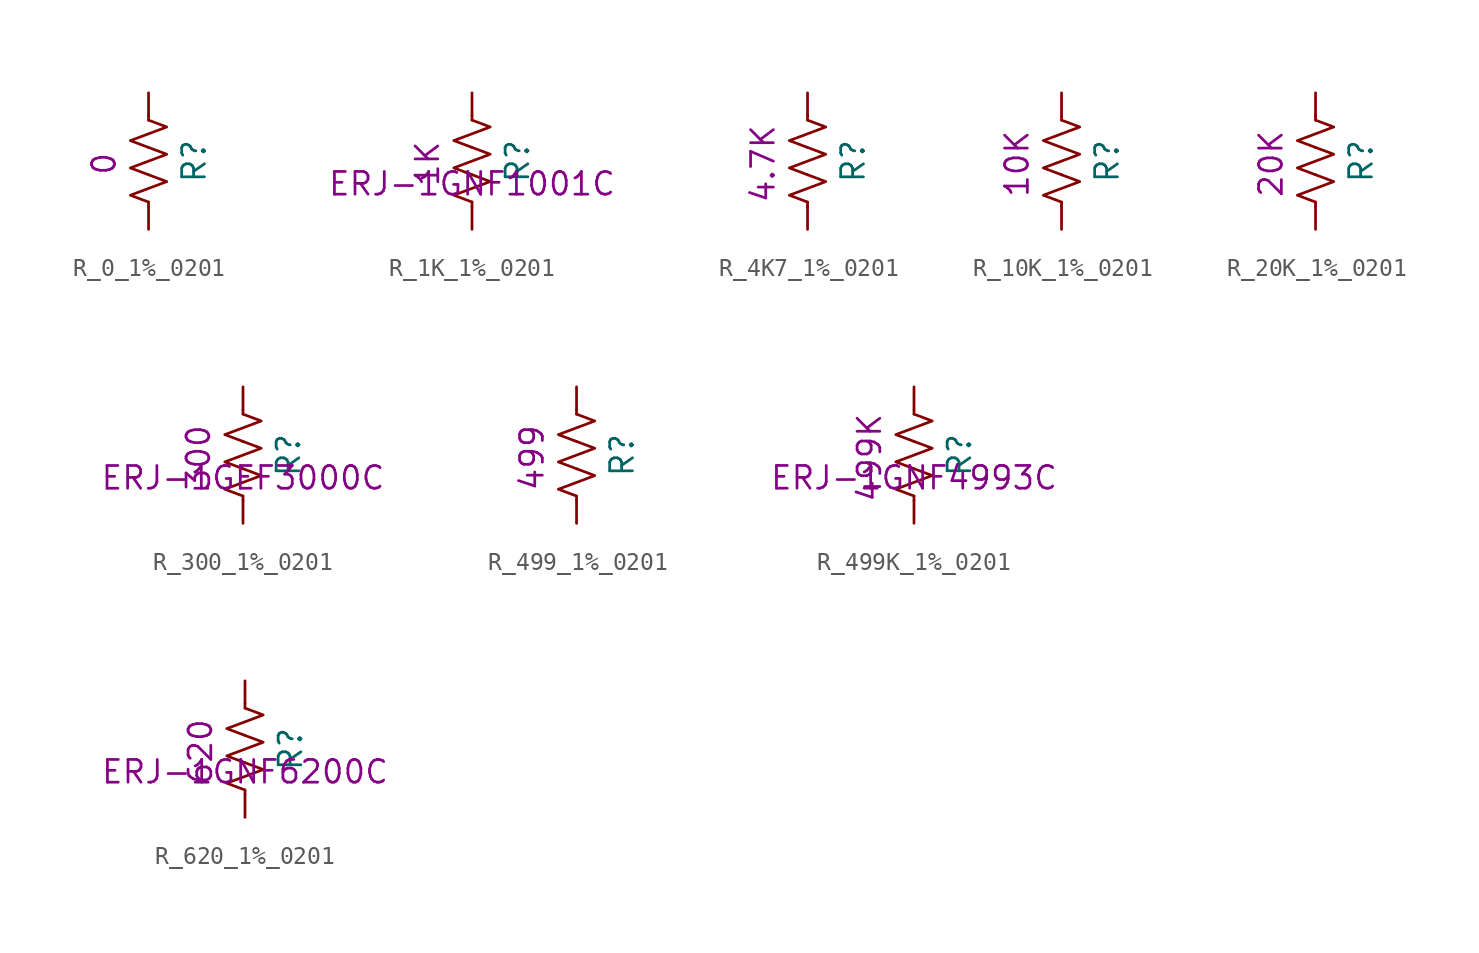
<source format=kicad_sym>
(kicad_symbol_lib
  (version 20211014)
  (generator kicad_symbol_editor)
  (symbol "R_0_1%_0201"
    (pin_numbers hide)
    (pin_names
      (offset 0))
    (property "Reference" "R"
      (at 2.54 1.27 90)
      (effects (font (size 1.27 1.27))))
    (property "Res_value" "0"
      (at -2.489 1.118 90)
      (effects (font (size 1.27 1.27))))
    (symbol "R_0_1%_0201_0_1"
      (polyline (pts (xy 0 -1.016) (xy 0 -1.27)) (stroke (width 0) (type default) (color 0 0 0 0)) (fill (type none)))
      (polyline (pts (xy 0 3.556) (xy 0 3.81)) (stroke (width 0) (type default) (color 0 0 0 0)) (fill (type none)))
      (polyline (pts (xy 0 0.508) (xy 1.016 0.127) (xy 0 -0.254) (xy -1.016 -0.635) (xy 0 -1.016)) (stroke (width 0) (type default) (color 0 0 0 0)) (fill (type none)))
      (polyline (pts (xy 0 2.032) (xy 1.016 1.651) (xy 0 1.27) (xy -1.016 0.889) (xy 0 0.508)) (stroke (width 0) (type default) (color 0 0 0 0)) (fill (type none)))
      (polyline (pts (xy 0 3.556) (xy 1.016 3.175) (xy 0 2.794) (xy -1.016 2.413) (xy 0 2.032)) (stroke (width 0) (type default) (color 0 0 0 0)) (fill (type none))))
    (symbol "R_0_1%_0201_1_1"
      (pin passive line (at 0 5.08 270) (length 1.27) (name "~" (effects (font (size 1.27 1.27)))) (number "1" (effects (font (size 1.27 1.27)))))
      (pin passive line (at 0 -2.54 90) (length 1.27) (name "~" (effects (font (size 1.27 1.27)))) (number "2" (effects (font (size 1.27 1.27)))))))
  (symbol "R_1K_1%_0201"
    (pin_numbers hide)
    (pin_names
      (offset 0))
    (property "Reference" "R"
      (at 2.54 1.27 90)
      (effects (font (size 1.27 1.27))))
    (property "Res_value" "1K"
      (at -2.489 1.118 90)
      (effects (font (size 1.27 1.27))))
    (property "PN2" "ERJ-1GNF1001C"
      (at 0 0 0)
      (effects (font (size 1.27 1.27))))
    (symbol "R_1K_1%_0201_0_1"
      (polyline (pts (xy 0 -1.016) (xy 0 -1.27)) (stroke (width 0) (type default) (color 0 0 0 0)) (fill (type none)))
      (polyline (pts (xy 0 3.556) (xy 0 3.81)) (stroke (width 0) (type default) (color 0 0 0 0)) (fill (type none)))
      (polyline (pts (xy 0 0.508) (xy 1.016 0.127) (xy 0 -0.254) (xy -1.016 -0.635) (xy 0 -1.016)) (stroke (width 0) (type default) (color 0 0 0 0)) (fill (type none)))
      (polyline (pts (xy 0 2.032) (xy 1.016 1.651) (xy 0 1.27) (xy -1.016 0.889) (xy 0 0.508)) (stroke (width 0) (type default) (color 0 0 0 0)) (fill (type none)))
      (polyline (pts (xy 0 3.556) (xy 1.016 3.175) (xy 0 2.794) (xy -1.016 2.413) (xy 0 2.032)) (stroke (width 0) (type default) (color 0 0 0 0)) (fill (type none))))
    (symbol "R_1K_1%_0201_1_1"
      (pin passive line (at 0 5.08 270) (length 1.27) (name "~" (effects (font (size 1.27 1.27)))) (number "1" (effects (font (size 1.27 1.27)))))
      (pin passive line (at 0 -2.54 90) (length 1.27) (name "~" (effects (font (size 1.27 1.27)))) (number "2" (effects (font (size 1.27 1.27)))))))
  (symbol "R_4K7_1%_0201"
    (pin_numbers hide)
    (pin_names
      (offset 0))
    (property "Reference" "R"
      (at 2.54 1.27 90)
      (effects (font (size 1.27 1.27))))
    (property "Res_value" "4.7K"
      (at -2.489 1.118 90)
      (effects (font (size 1.27 1.27))))
    (symbol "R_4K7_1%_0201_0_1"
      (polyline (pts (xy 0 -1.016) (xy 0 -1.27)) (stroke (width 0) (type default) (color 0 0 0 0)) (fill (type none)))
      (polyline (pts (xy 0 3.556) (xy 0 3.81)) (stroke (width 0) (type default) (color 0 0 0 0)) (fill (type none)))
      (polyline (pts (xy 0 0.508) (xy 1.016 0.127) (xy 0 -0.254) (xy -1.016 -0.635) (xy 0 -1.016)) (stroke (width 0) (type default) (color 0 0 0 0)) (fill (type none)))
      (polyline (pts (xy 0 2.032) (xy 1.016 1.651) (xy 0 1.27) (xy -1.016 0.889) (xy 0 0.508)) (stroke (width 0) (type default) (color 0 0 0 0)) (fill (type none)))
      (polyline (pts (xy 0 3.556) (xy 1.016 3.175) (xy 0 2.794) (xy -1.016 2.413) (xy 0 2.032)) (stroke (width 0) (type default) (color 0 0 0 0)) (fill (type none))))
    (symbol "R_4K7_1%_0201_1_1"
      (pin passive line (at 0 5.08 270) (length 1.27) (name "~" (effects (font (size 1.27 1.27)))) (number "1" (effects (font (size 1.27 1.27)))))
      (pin passive line (at 0 -2.54 90) (length 1.27) (name "~" (effects (font (size 1.27 1.27)))) (number "2" (effects (font (size 1.27 1.27)))))))
  (symbol "R_10K_1%_0201"
    (pin_numbers hide)
    (pin_names
      (offset 0))
    (property "Reference" "R"
      (at 2.54 1.27 90)
      (effects (font (size 1.27 1.27))))
    (property "Res_value" "10K"
      (at -2.489 1.118 90)
      (effects (font (size 1.27 1.27))))
    (symbol "R_10K_1%_0201_0_1"
      (polyline (pts (xy 0 -1.016) (xy 0 -1.27)) (stroke (width 0) (type default) (color 0 0 0 0)) (fill (type none)))
      (polyline (pts (xy 0 3.556) (xy 0 3.81)) (stroke (width 0) (type default) (color 0 0 0 0)) (fill (type none)))
      (polyline (pts (xy 0 0.508) (xy 1.016 0.127) (xy 0 -0.254) (xy -1.016 -0.635) (xy 0 -1.016)) (stroke (width 0) (type default) (color 0 0 0 0)) (fill (type none)))
      (polyline (pts (xy 0 2.032) (xy 1.016 1.651) (xy 0 1.27) (xy -1.016 0.889) (xy 0 0.508)) (stroke (width 0) (type default) (color 0 0 0 0)) (fill (type none)))
      (polyline (pts (xy 0 3.556) (xy 1.016 3.175) (xy 0 2.794) (xy -1.016 2.413) (xy 0 2.032)) (stroke (width 0) (type default) (color 0 0 0 0)) (fill (type none))))
    (symbol "R_10K_1%_0201_1_1"
      (pin passive line (at 0 5.08 270) (length 1.27) (name "~" (effects (font (size 1.27 1.27)))) (number "1" (effects (font (size 1.27 1.27)))))
      (pin passive line (at 0 -2.54 90) (length 1.27) (name "~" (effects (font (size 1.27 1.27)))) (number "2" (effects (font (size 1.27 1.27)))))))
  (symbol "R_20K_1%_0201"
    (pin_numbers hide)
    (pin_names
      (offset 0))
    (property "Reference" "R"
      (at 2.54 1.27 90)
      (effects (font (size 1.27 1.27))))
    (property "Res_value" "20K"
      (at -2.489 1.118 90)
      (effects (font (size 1.27 1.27))))
    (symbol "R_20K_1%_0201_0_1"
      (polyline (pts (xy 0 -1.016) (xy 0 -1.27)) (stroke (width 0) (type default) (color 0 0 0 0)) (fill (type none)))
      (polyline (pts (xy 0 3.556) (xy 0 3.81)) (stroke (width 0) (type default) (color 0 0 0 0)) (fill (type none)))
      (polyline (pts (xy 0 0.508) (xy 1.016 0.127) (xy 0 -0.254) (xy -1.016 -0.635) (xy 0 -1.016)) (stroke (width 0) (type default) (color 0 0 0 0)) (fill (type none)))
      (polyline (pts (xy 0 2.032) (xy 1.016 1.651) (xy 0 1.27) (xy -1.016 0.889) (xy 0 0.508)) (stroke (width 0) (type default) (color 0 0 0 0)) (fill (type none)))
      (polyline (pts (xy 0 3.556) (xy 1.016 3.175) (xy 0 2.794) (xy -1.016 2.413) (xy 0 2.032)) (stroke (width 0) (type default) (color 0 0 0 0)) (fill (type none))))
    (symbol "R_20K_1%_0201_1_1"
      (pin passive line (at 0 5.08 270) (length 1.27) (name "~" (effects (font (size 1.27 1.27)))) (number "1" (effects (font (size 1.27 1.27)))))
      (pin passive line (at 0 -2.54 90) (length 1.27) (name "~" (effects (font (size 1.27 1.27)))) (number "2" (effects (font (size 1.27 1.27)))))))
  (symbol "R_300_1%_0201"
    (pin_numbers hide)
    (pin_names
      (offset 0))
    (property "Reference" "R"
      (at 2.54 1.27 90)
      (effects (font (size 1.27 1.27))))
    (property "Res_value" "300"
      (at -2.489 1.118 90)
      (effects (font (size 1.27 1.27))))
    (property "PN2" "ERJ-1GEF3000C"
      (at 0 0 0)
      (effects (font (size 1.27 1.27))))
    (symbol "R_300_1%_0201_0_1"
      (polyline (pts (xy 0 -1.016) (xy 0 -1.27)) (stroke (width 0) (type default) (color 0 0 0 0)) (fill (type none)))
      (polyline (pts (xy 0 3.556) (xy 0 3.81)) (stroke (width 0) (type default) (color 0 0 0 0)) (fill (type none)))
      (polyline (pts (xy 0 0.508) (xy 1.016 0.127) (xy 0 -0.254) (xy -1.016 -0.635) (xy 0 -1.016)) (stroke (width 0) (type default) (color 0 0 0 0)) (fill (type none)))
      (polyline (pts (xy 0 2.032) (xy 1.016 1.651) (xy 0 1.27) (xy -1.016 0.889) (xy 0 0.508)) (stroke (width 0) (type default) (color 0 0 0 0)) (fill (type none)))
      (polyline (pts (xy 0 3.556) (xy 1.016 3.175) (xy 0 2.794) (xy -1.016 2.413) (xy 0 2.032)) (stroke (width 0) (type default) (color 0 0 0 0)) (fill (type none))))
    (symbol "R_300_1%_0201_1_1"
      (pin passive line (at 0 5.08 270) (length 1.27) (name "~" (effects (font (size 1.27 1.27)))) (number "1" (effects (font (size 1.27 1.27)))))
      (pin passive line (at 0 -2.54 90) (length 1.27) (name "~" (effects (font (size 1.27 1.27)))) (number "2" (effects (font (size 1.27 1.27)))))))
  (symbol "R_499_1%_0201"
    (pin_numbers hide)
    (pin_names
      (offset 0))
    (property "Reference" "R"
      (at 2.54 1.27 90)
      (effects (font (size 1.27 1.27))))
    (property "Res_value" "499"
      (at -2.489 1.118 90)
      (effects (font (size 1.27 1.27))))
    (symbol "R_499_1%_0201_0_1"
      (polyline (pts (xy 0 -1.016) (xy 0 -1.27)) (stroke (width 0) (type default) (color 0 0 0 0)) (fill (type none)))
      (polyline (pts (xy 0 3.556) (xy 0 3.81)) (stroke (width 0) (type default) (color 0 0 0 0)) (fill (type none)))
      (polyline (pts (xy 0 0.508) (xy 1.016 0.127) (xy 0 -0.254) (xy -1.016 -0.635) (xy 0 -1.016)) (stroke (width 0) (type default) (color 0 0 0 0)) (fill (type none)))
      (polyline (pts (xy 0 2.032) (xy 1.016 1.651) (xy 0 1.27) (xy -1.016 0.889) (xy 0 0.508)) (stroke (width 0) (type default) (color 0 0 0 0)) (fill (type none)))
      (polyline (pts (xy 0 3.556) (xy 1.016 3.175) (xy 0 2.794) (xy -1.016 2.413) (xy 0 2.032)) (stroke (width 0) (type default) (color 0 0 0 0)) (fill (type none))))
    (symbol "R_499_1%_0201_1_1"
      (pin passive line (at 0 5.08 270) (length 1.27) (name "~" (effects (font (size 1.27 1.27)))) (number "1" (effects (font (size 1.27 1.27)))))
      (pin passive line (at 0 -2.54 90) (length 1.27) (name "~" (effects (font (size 1.27 1.27)))) (number "2" (effects (font (size 1.27 1.27)))))))
  (symbol "R_499K_1%_0201"
    (pin_numbers hide)
    (pin_names
      (offset 0))
    (property "Reference" "R"
      (at 2.54 1.27 90)
      (effects (font (size 1.27 1.27))))
    (property "Res_value" "499K"
      (at -2.489 1.118 90)
      (effects (font (size 1.27 1.27))))
    (property "PN2" "ERJ-1GNF4993C"
      (at 0 0 0)
      (effects (font (size 1.27 1.27))))
    (symbol "R_499K_1%_0201_0_1"
      (polyline (pts (xy 0 -1.016) (xy 0 -1.27)) (stroke (width 0) (type default) (color 0 0 0 0)) (fill (type none)))
      (polyline (pts (xy 0 3.556) (xy 0 3.81)) (stroke (width 0) (type default) (color 0 0 0 0)) (fill (type none)))
      (polyline (pts (xy 0 0.508) (xy 1.016 0.127) (xy 0 -0.254) (xy -1.016 -0.635) (xy 0 -1.016)) (stroke (width 0) (type default) (color 0 0 0 0)) (fill (type none)))
      (polyline (pts (xy 0 2.032) (xy 1.016 1.651) (xy 0 1.27) (xy -1.016 0.889) (xy 0 0.508)) (stroke (width 0) (type default) (color 0 0 0 0)) (fill (type none)))
      (polyline (pts (xy 0 3.556) (xy 1.016 3.175) (xy 0 2.794) (xy -1.016 2.413) (xy 0 2.032)) (stroke (width 0) (type default) (color 0 0 0 0)) (fill (type none))))
    (symbol "R_499K_1%_0201_1_1"
      (pin passive line (at 0 5.08 270) (length 1.27) (name "~" (effects (font (size 1.27 1.27)))) (number "1" (effects (font (size 1.27 1.27)))))
      (pin passive line (at 0 -2.54 90) (length 1.27) (name "~" (effects (font (size 1.27 1.27)))) (number "2" (effects (font (size 1.27 1.27)))))))
  (symbol "R_620_1%_0201"
    (pin_numbers hide)
    (pin_names
      (offset 0))
    (property "Reference" "R"
      (at 2.54 1.27 90)
      (effects (font (size 1.27 1.27))))
    (property "Res_value" "620"
      (at -2.489 1.118 90)
      (effects (font (size 1.27 1.27))))
    (property "PN2" "ERJ-1GNF6200C"
      (at 0 0 0)
      (effects (font (size 1.27 1.27))))
    (symbol "R_620_1%_0201_0_1"
      (polyline (pts (xy 0 -1.016) (xy 0 -1.27)) (stroke (width 0) (type default) (color 0 0 0 0)) (fill (type none)))
      (polyline (pts (xy 0 3.556) (xy 0 3.81)) (stroke (width 0) (type default) (color 0 0 0 0)) (fill (type none)))
      (polyline (pts (xy 0 0.508) (xy 1.016 0.127) (xy 0 -0.254) (xy -1.016 -0.635) (xy 0 -1.016)) (stroke (width 0) (type default) (color 0 0 0 0)) (fill (type none)))
      (polyline (pts (xy 0 2.032) (xy 1.016 1.651) (xy 0 1.27) (xy -1.016 0.889) (xy 0 0.508)) (stroke (width 0) (type default) (color 0 0 0 0)) (fill (type none)))
      (polyline (pts (xy 0 3.556) (xy 1.016 3.175) (xy 0 2.794) (xy -1.016 2.413) (xy 0 2.032)) (stroke (width 0) (type default) (color 0 0 0 0)) (fill (type none))))
    (symbol "R_620_1%_0201_1_1"
      (pin passive line (at 0 5.08 270) (length 1.27) (name "~" (effects (font (size 1.27 1.27)))) (number "1" (effects (font (size 1.27 1.27)))))
      (pin passive line (at 0 -2.54 90) (length 1.27) (name "~" (effects (font (size 1.27 1.27)))) (number "2" (effects (font (size 1.27 1.27))))))))
</source>
